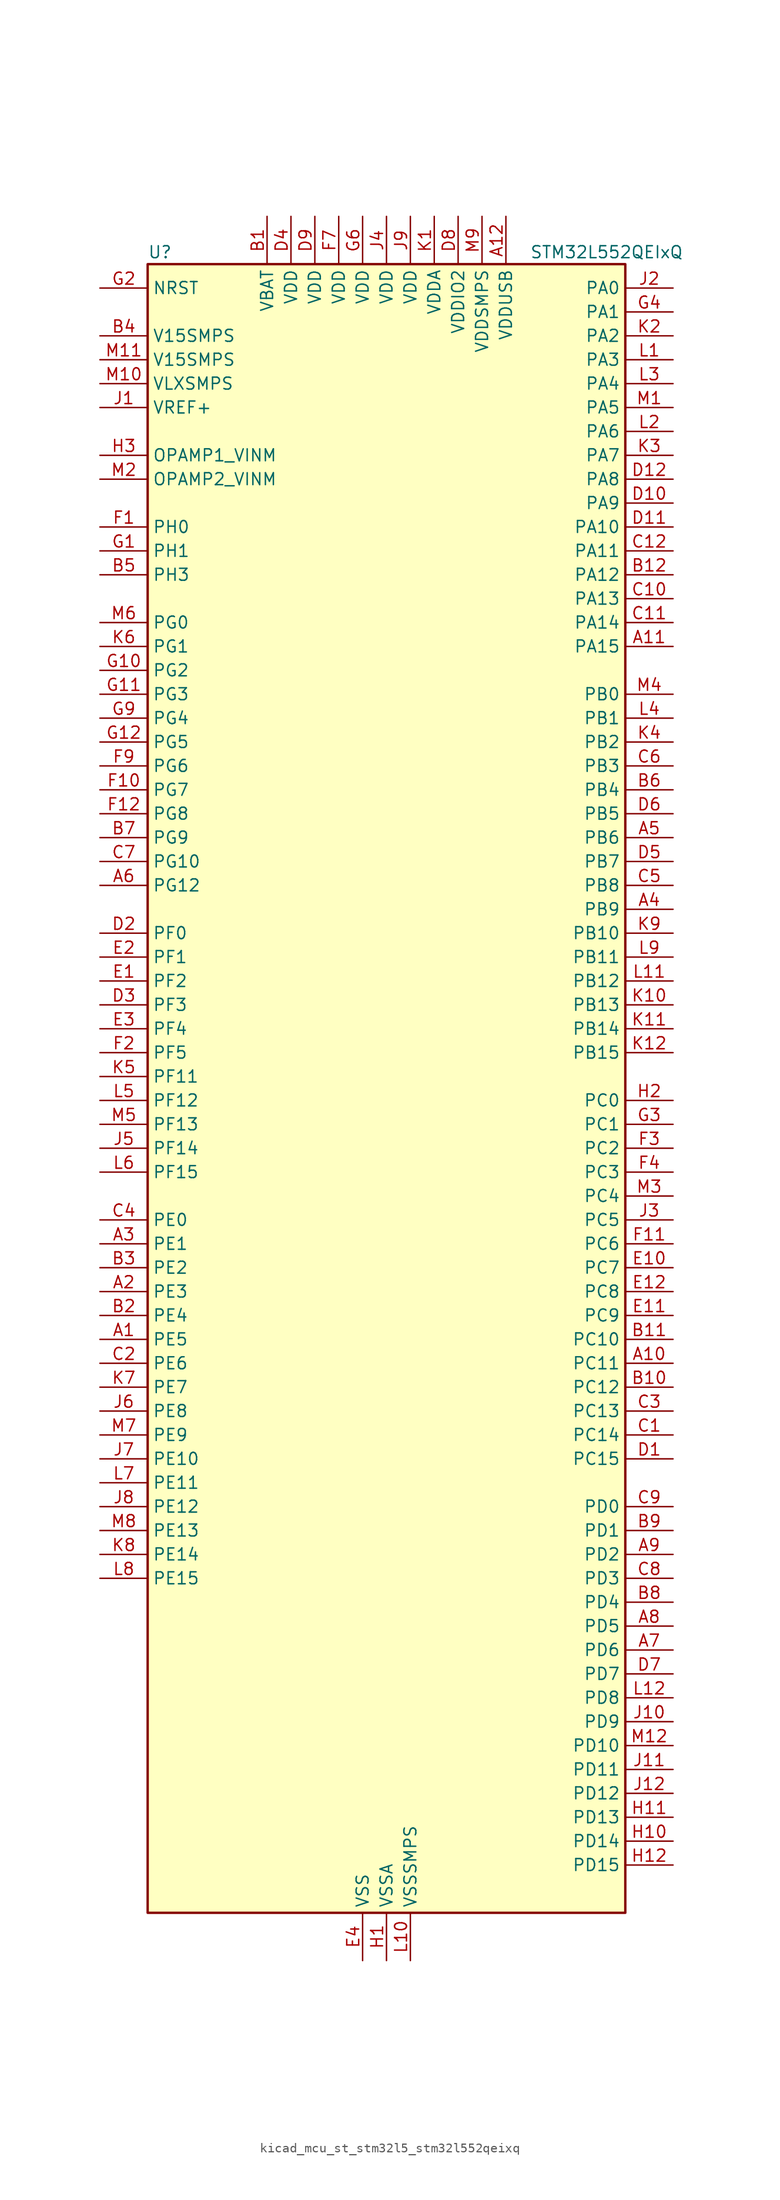
<source format=kicad_sym>
(kicad_symbol_lib
  (version 20220914)
  (generator kicad_symbol_editor)
  (symbol "kicad_mcu_st_stm32l5_stm32l552qeixq"
    (property "Reference" "U"
      (at -25.4 90.17 0)
      (effects (font (size 1.27 1.27)) (justify left)))
    (property "Value" "STM32L552QEIxQ"
      (at 15.24 90.17 0)
      (effects (font (size 1.27 1.27)) (justify left)))
    (property "ki_locked" ""
      (at 0 0 0)
      (effects (font (size 1.27 1.27))))
    (symbol "kicad_mcu_st_stm32l5_stm32l552qeixq_0_1"
      (rectangle (start -25.4 -86.36) (end 25.4 88.9) (stroke (width 0.254) (type default)) (fill (type background))))
    (symbol "kicad_mcu_st_stm32l5_stm32l552qeixq_1_1"
      (pin bidirectional line (at -30.48 -25.4 0) (length 5.08) (name "PE5" (effects (font (size 1.27 1.27)))) (number "A1" (effects (font (size 1.27 1.27)))) (alternate "DEBUG_TRACED2" bidirectional line) (alternate "DFSDM1_CKIN3" bidirectional line) (alternate "FMC_A21" bidirectional line) (alternate "SAI1_CK2" bidirectional line) (alternate "SAI1_SCK_A" bidirectional line) (alternate "TIM3_CH3" bidirectional line) (alternate "TSC_G7_IO4" bidirectional line))
      (pin bidirectional line (at 30.48 -27.94 180) (length 5.08) (name "PC11" (effects (font (size 1.27 1.27)))) (number "A10" (effects (font (size 1.27 1.27)))) (alternate "ADC1_EXTI11" bidirectional line) (alternate "ADC2_EXTI11" bidirectional line) (alternate "LPTIM3_IN1" bidirectional line) (alternate "OCTOSPI1_NCS" bidirectional line) (alternate "SAI2_MCLK_B" bidirectional line) (alternate "SDMMC1_D3" bidirectional line) (alternate "SPI3_MISO" bidirectional line) (alternate "TSC_G3_IO3" bidirectional line) (alternate "UART4_RX" bidirectional line) (alternate "UCPD1_FRSTX2" bidirectional line) (alternate "USART3_RX" bidirectional line))
      (pin bidirectional line (at 30.48 48.26 180) (length 5.08) (name "PA15" (effects (font (size 1.27 1.27)))) (number "A11" (effects (font (size 1.27 1.27)))) (alternate "ADC1_EXTI15" bidirectional line) (alternate "ADC2_EXTI15" bidirectional line) (alternate "DEBUG_JTDI" bidirectional line) (alternate "SAI2_FS_B" bidirectional line) (alternate "SPI1_NSS" bidirectional line) (alternate "SPI3_NSS" bidirectional line) (alternate "TIM2_CH1" bidirectional line) (alternate "TIM2_ETR" bidirectional line) (alternate "UART4_DE" bidirectional line) (alternate "UART4_RTS" bidirectional line) (alternate "UCPD1_CC1" bidirectional line) (alternate "USART2_RX" bidirectional line) (alternate "USART3_DE" bidirectional line) (alternate "USART3_RTS" bidirectional line))
      (pin power_in line (at 12.7 93.98 270) (length 5.08) (name "VDDUSB" (effects (font (size 1.27 1.27)))) (number "A12" (effects (font (size 1.27 1.27)))))
      (pin bidirectional line (at -30.48 -20.32 0) (length 5.08) (name "PE3" (effects (font (size 1.27 1.27)))) (number "A2" (effects (font (size 1.27 1.27)))) (alternate "DEBUG_TRACED0" bidirectional line) (alternate "FMC_A19" bidirectional line) (alternate "OCTOSPI1_DQS" bidirectional line) (alternate "SAI1_SD_B" bidirectional line) (alternate "TIM3_CH1" bidirectional line) (alternate "TSC_G7_IO2" bidirectional line))
      (pin bidirectional line (at -30.48 -15.24 0) (length 5.08) (name "PE1" (effects (font (size 1.27 1.27)))) (number "A3" (effects (font (size 1.27 1.27)))) (alternate "FMC_NBL1" bidirectional line) (alternate "TIM17_CH1" bidirectional line))
      (pin bidirectional line (at 30.48 20.32 180) (length 5.08) (name "PB9" (effects (font (size 1.27 1.27)))) (number "A4" (effects (font (size 1.27 1.27)))) (alternate "DAC1_EXTI9" bidirectional line) (alternate "FDCAN1_TX" bidirectional line) (alternate "I2C1_SDA" bidirectional line) (alternate "IR_OUT" bidirectional line) (alternate "SAI1_D2" bidirectional line) (alternate "SAI1_FS_A" bidirectional line) (alternate "SDMMC1_CDIR" bidirectional line) (alternate "SDMMC1_D5" bidirectional line) (alternate "SPI2_NSS" bidirectional line) (alternate "TIM17_CH1" bidirectional line) (alternate "TIM4_CH4" bidirectional line))
      (pin bidirectional line (at 30.48 27.94 180) (length 5.08) (name "PB6" (effects (font (size 1.27 1.27)))) (number "A5" (effects (font (size 1.27 1.27)))) (alternate "COMP2_INP" bidirectional line) (alternate "I2C1_SCL" bidirectional line) (alternate "I2C4_SCL" bidirectional line) (alternate "LPTIM1_ETR" bidirectional line) (alternate "SAI1_FS_B" bidirectional line) (alternate "TIM16_CH1N" bidirectional line) (alternate "TIM4_CH1" bidirectional line) (alternate "TIM8_BKIN2" bidirectional line) (alternate "TSC_G2_IO3" bidirectional line) (alternate "USART1_TX" bidirectional line))
      (pin bidirectional line (at -30.48 22.86 0) (length 5.08) (name "PG12" (effects (font (size 1.27 1.27)))) (number "A6" (effects (font (size 1.27 1.27)))) (alternate "FMC_NE4" bidirectional line) (alternate "LPTIM1_ETR" bidirectional line) (alternate "SAI2_SD_A" bidirectional line) (alternate "SPI3_NSS" bidirectional line) (alternate "USART1_DE" bidirectional line) (alternate "USART1_RTS" bidirectional line))
      (pin bidirectional line (at 30.48 -58.42 180) (length 5.08) (name "PD6" (effects (font (size 1.27 1.27)))) (number "A7" (effects (font (size 1.27 1.27)))) (alternate "DFSDM1_DATIN1" bidirectional line) (alternate "FMC_NWAIT" bidirectional line) (alternate "OCTOSPI1_IO6" bidirectional line) (alternate "SAI1_D1" bidirectional line) (alternate "SAI1_SD_A" bidirectional line) (alternate "SPI3_MOSI" bidirectional line) (alternate "USART2_RX" bidirectional line))
      (pin bidirectional line (at 30.48 -55.88 180) (length 5.08) (name "PD5" (effects (font (size 1.27 1.27)))) (number "A8" (effects (font (size 1.27 1.27)))) (alternate "FMC_NWE" bidirectional line) (alternate "OCTOSPI1_IO5" bidirectional line) (alternate "USART2_TX" bidirectional line))
      (pin bidirectional line (at 30.48 -48.26 180) (length 5.08) (name "PD2" (effects (font (size 1.27 1.27)))) (number "A9" (effects (font (size 1.27 1.27)))) (alternate "DEBUG_TRACED2" bidirectional line) (alternate "SDMMC1_CMD" bidirectional line) (alternate "TIM3_ETR" bidirectional line) (alternate "TSC_SYNC" bidirectional line) (alternate "UART5_RX" bidirectional line) (alternate "USART3_DE" bidirectional line) (alternate "USART3_RTS" bidirectional line))
      (pin power_in line (at -12.7 93.98 270) (length 5.08) (name "VBAT" (effects (font (size 1.27 1.27)))) (number "B1" (effects (font (size 1.27 1.27)))))
      (pin bidirectional line (at 30.48 -30.48 180) (length 5.08) (name "PC12" (effects (font (size 1.27 1.27)))) (number "B10" (effects (font (size 1.27 1.27)))) (alternate "DEBUG_TRACED3" bidirectional line) (alternate "SAI2_SD_B" bidirectional line) (alternate "SDMMC1_CK" bidirectional line) (alternate "SPI3_MOSI" bidirectional line) (alternate "TSC_G3_IO4" bidirectional line) (alternate "UART5_TX" bidirectional line) (alternate "USART3_CK" bidirectional line))
      (pin bidirectional line (at 30.48 -25.4 180) (length 5.08) (name "PC10" (effects (font (size 1.27 1.27)))) (number "B11" (effects (font (size 1.27 1.27)))) (alternate "DEBUG_TRACED1" bidirectional line) (alternate "LPTIM3_ETR" bidirectional line) (alternate "SAI2_SCK_B" bidirectional line) (alternate "SDMMC1_D2" bidirectional line) (alternate "SPI3_SCK" bidirectional line) (alternate "TSC_G3_IO2" bidirectional line) (alternate "UART4_TX" bidirectional line) (alternate "USART3_TX" bidirectional line))
      (pin bidirectional line (at 30.48 55.88 180) (length 5.08) (name "PA12" (effects (font (size 1.27 1.27)))) (number "B12" (effects (font (size 1.27 1.27)))) (alternate "FDCAN1_TX" bidirectional line) (alternate "SPI1_MOSI" bidirectional line) (alternate "TIM1_ETR" bidirectional line) (alternate "USART1_DE" bidirectional line) (alternate "USART1_RTS" bidirectional line) (alternate "USB_DP" bidirectional line))
      (pin bidirectional line (at -30.48 -22.86 0) (length 5.08) (name "PE4" (effects (font (size 1.27 1.27)))) (number "B2" (effects (font (size 1.27 1.27)))) (alternate "DEBUG_TRACED1" bidirectional line) (alternate "DFSDM1_DATIN3" bidirectional line) (alternate "FMC_A20" bidirectional line) (alternate "SAI1_D2" bidirectional line) (alternate "SAI1_FS_A" bidirectional line) (alternate "TIM3_CH2" bidirectional line) (alternate "TSC_G7_IO3" bidirectional line))
      (pin bidirectional line (at -30.48 -17.78 0) (length 5.08) (name "PE2" (effects (font (size 1.27 1.27)))) (number "B3" (effects (font (size 1.27 1.27)))) (alternate "DEBUG_TRACECLK" bidirectional line) (alternate "FMC_A23" bidirectional line) (alternate "SAI1_CK1" bidirectional line) (alternate "SAI1_MCLK_A" bidirectional line) (alternate "TIM3_ETR" bidirectional line) (alternate "TSC_G7_IO1" bidirectional line))
      (pin power_in line (at -30.48 81.28 0) (length 5.08) (name "V15SMPS" (effects (font (size 1.27 1.27)))) (number "B4" (effects (font (size 1.27 1.27)))))
      (pin bidirectional line (at -30.48 55.88 0) (length 5.08) (name "PH3" (effects (font (size 1.27 1.27)))) (number "B5" (effects (font (size 1.27 1.27)))))
      (pin bidirectional line (at 30.48 33.02 180) (length 5.08) (name "PB4" (effects (font (size 1.27 1.27)))) (number "B6" (effects (font (size 1.27 1.27)))) (alternate "COMP2_INP" bidirectional line) (alternate "DEBUG_JTRST" bidirectional line) (alternate "I2C3_SDA" bidirectional line) (alternate "SAI1_MCLK_B" bidirectional line) (alternate "SPI1_MISO" bidirectional line) (alternate "SPI3_MISO" bidirectional line) (alternate "TIM17_BKIN" bidirectional line) (alternate "TIM3_CH1" bidirectional line) (alternate "TSC_G2_IO1" bidirectional line) (alternate "UART5_DE" bidirectional line) (alternate "UART5_RTS" bidirectional line) (alternate "USART1_CTS" bidirectional line) (alternate "USART1_NSS" bidirectional line))
      (pin bidirectional line (at -30.48 27.94 0) (length 5.08) (name "PG9" (effects (font (size 1.27 1.27)))) (number "B7" (effects (font (size 1.27 1.27)))) (alternate "DAC1_EXTI9" bidirectional line) (alternate "FMC_NCE" bidirectional line) (alternate "FMC_NE2" bidirectional line) (alternate "SAI2_SCK_A" bidirectional line) (alternate "SPI3_SCK" bidirectional line) (alternate "TIM15_CH1N" bidirectional line) (alternate "USART1_TX" bidirectional line))
      (pin bidirectional line (at 30.48 -53.34 180) (length 5.08) (name "PD4" (effects (font (size 1.27 1.27)))) (number "B8" (effects (font (size 1.27 1.27)))) (alternate "DFSDM1_CKIN0" bidirectional line) (alternate "FMC_NOE" bidirectional line) (alternate "OCTOSPI1_IO4" bidirectional line) (alternate "SPI2_MOSI" bidirectional line) (alternate "USART2_DE" bidirectional line) (alternate "USART2_RTS" bidirectional line))
      (pin bidirectional line (at 30.48 -45.72 180) (length 5.08) (name "PD1" (effects (font (size 1.27 1.27)))) (number "B9" (effects (font (size 1.27 1.27)))) (alternate "FDCAN1_TX" bidirectional line) (alternate "FMC_D3" bidirectional line) (alternate "FMC_DA3" bidirectional line) (alternate "SPI2_SCK" bidirectional line))
      (pin bidirectional line (at 30.48 -35.56 180) (length 5.08) (name "PC14" (effects (font (size 1.27 1.27)))) (number "C1" (effects (font (size 1.27 1.27)))) (alternate "RCC_OSC32_IN" bidirectional line))
      (pin bidirectional line (at 30.48 53.34 180) (length 5.08) (name "PA13" (effects (font (size 1.27 1.27)))) (number "C10" (effects (font (size 1.27 1.27)))) (alternate "DEBUG_JTMS-SWDIO" bidirectional line) (alternate "IR_OUT" bidirectional line) (alternate "SAI1_SD_B" bidirectional line) (alternate "USB_NOE" bidirectional line))
      (pin bidirectional line (at 30.48 50.8 180) (length 5.08) (name "PA14" (effects (font (size 1.27 1.27)))) (number "C11" (effects (font (size 1.27 1.27)))) (alternate "DEBUG_JTCK-SWCLK" bidirectional line) (alternate "I2C1_SMBA" bidirectional line) (alternate "I2C4_SMBA" bidirectional line) (alternate "LPTIM1_OUT" bidirectional line) (alternate "SAI1_FS_B" bidirectional line))
      (pin bidirectional line (at 30.48 58.42 180) (length 5.08) (name "PA11" (effects (font (size 1.27 1.27)))) (number "C12" (effects (font (size 1.27 1.27)))) (alternate "ADC1_EXTI11" bidirectional line) (alternate "ADC2_EXTI11" bidirectional line) (alternate "FDCAN1_RX" bidirectional line) (alternate "SPI1_MISO" bidirectional line) (alternate "TIM1_BKIN2" bidirectional line) (alternate "TIM1_CH4" bidirectional line) (alternate "USART1_CTS" bidirectional line) (alternate "USART1_NSS" bidirectional line) (alternate "USB_DM" bidirectional line))
      (pin bidirectional line (at -30.48 -27.94 0) (length 5.08) (name "PE6" (effects (font (size 1.27 1.27)))) (number "C2" (effects (font (size 1.27 1.27)))) (alternate "DEBUG_TRACED3" bidirectional line) (alternate "FMC_A22" bidirectional line) (alternate "PWR_WKUP3" bidirectional line) (alternate "SAI1_D1" bidirectional line) (alternate "SAI1_SD_A" bidirectional line) (alternate "TAMP_IN3" bidirectional line) (alternate "TAMP_OUT6" bidirectional line) (alternate "TIM3_CH4" bidirectional line))
      (pin bidirectional line (at 30.48 -33.02 180) (length 5.08) (name "PC13" (effects (font (size 1.27 1.27)))) (number "C3" (effects (font (size 1.27 1.27)))) (alternate "PWR_WKUP2" bidirectional line) (alternate "RTC_OUT1" bidirectional line) (alternate "RTC_TS" bidirectional line) (alternate "TAMP_IN1" bidirectional line) (alternate "TAMP_OUT2" bidirectional line))
      (pin bidirectional line (at -30.48 -12.7 0) (length 5.08) (name "PE0" (effects (font (size 1.27 1.27)))) (number "C4" (effects (font (size 1.27 1.27)))) (alternate "FMC_NBL0" bidirectional line) (alternate "TIM16_CH1" bidirectional line) (alternate "TIM4_ETR" bidirectional line))
      (pin bidirectional line (at 30.48 22.86 180) (length 5.08) (name "PB8" (effects (font (size 1.27 1.27)))) (number "C5" (effects (font (size 1.27 1.27)))) (alternate "DFSDM1_CKOUT" bidirectional line) (alternate "FDCAN1_RX" bidirectional line) (alternate "I2C1_SCL" bidirectional line) (alternate "SAI1_CK1" bidirectional line) (alternate "SAI1_MCLK_A" bidirectional line) (alternate "SDMMC1_CKIN" bidirectional line) (alternate "SDMMC1_D4" bidirectional line) (alternate "TIM16_CH1" bidirectional line) (alternate "TIM4_CH3" bidirectional line))
      (pin bidirectional line (at 30.48 35.56 180) (length 5.08) (name "PB3" (effects (font (size 1.27 1.27)))) (number "C6" (effects (font (size 1.27 1.27)))) (alternate "COMP2_INM" bidirectional line) (alternate "CRS_SYNC" bidirectional line) (alternate "DEBUG_JTDO-SWO" bidirectional line) (alternate "SAI1_SCK_B" bidirectional line) (alternate "SPI1_SCK" bidirectional line) (alternate "SPI3_SCK" bidirectional line) (alternate "TIM2_CH2" bidirectional line) (alternate "USART1_DE" bidirectional line) (alternate "USART1_RTS" bidirectional line))
      (pin bidirectional line (at -30.48 25.4 0) (length 5.08) (name "PG10" (effects (font (size 1.27 1.27)))) (number "C7" (effects (font (size 1.27 1.27)))) (alternate "FMC_NE3" bidirectional line) (alternate "LPTIM1_IN1" bidirectional line) (alternate "SAI2_FS_A" bidirectional line) (alternate "SPI3_MISO" bidirectional line) (alternate "TIM15_CH1" bidirectional line) (alternate "USART1_RX" bidirectional line))
      (pin bidirectional line (at 30.48 -50.8 180) (length 5.08) (name "PD3" (effects (font (size 1.27 1.27)))) (number "C8" (effects (font (size 1.27 1.27)))) (alternate "DFSDM1_DATIN0" bidirectional line) (alternate "FMC_CLK" bidirectional line) (alternate "SPI2_MISO" bidirectional line) (alternate "SPI2_SCK" bidirectional line) (alternate "USART2_CTS" bidirectional line) (alternate "USART2_NSS" bidirectional line))
      (pin bidirectional line (at 30.48 -43.18 180) (length 5.08) (name "PD0" (effects (font (size 1.27 1.27)))) (number "C9" (effects (font (size 1.27 1.27)))) (alternate "FDCAN1_RX" bidirectional line) (alternate "FMC_D2" bidirectional line) (alternate "FMC_DA2" bidirectional line) (alternate "SPI2_NSS" bidirectional line))
      (pin bidirectional line (at 30.48 -38.1 180) (length 5.08) (name "PC15" (effects (font (size 1.27 1.27)))) (number "D1" (effects (font (size 1.27 1.27)))) (alternate "ADC1_EXTI15" bidirectional line) (alternate "ADC2_EXTI15" bidirectional line) (alternate "RCC_OSC32_OUT" bidirectional line))
      (pin bidirectional line (at 30.48 63.5 180) (length 5.08) (name "PA9" (effects (font (size 1.27 1.27)))) (number "D10" (effects (font (size 1.27 1.27)))) (alternate "DAC1_EXTI9" bidirectional line) (alternate "SAI1_FS_A" bidirectional line) (alternate "SPI2_SCK" bidirectional line) (alternate "TIM15_BKIN" bidirectional line) (alternate "TIM1_CH2" bidirectional line) (alternate "USART1_TX" bidirectional line))
      (pin bidirectional line (at 30.48 60.96 180) (length 5.08) (name "PA10" (effects (font (size 1.27 1.27)))) (number "D11" (effects (font (size 1.27 1.27)))) (alternate "CRS_SYNC" bidirectional line) (alternate "SAI1_D1" bidirectional line) (alternate "SAI1_SD_A" bidirectional line) (alternate "TIM17_BKIN" bidirectional line) (alternate "TIM1_CH3" bidirectional line) (alternate "USART1_RX" bidirectional line))
      (pin bidirectional line (at 30.48 66.04 180) (length 5.08) (name "PA8" (effects (font (size 1.27 1.27)))) (number "D12" (effects (font (size 1.27 1.27)))) (alternate "LPTIM2_OUT" bidirectional line) (alternate "RCC_MCO" bidirectional line) (alternate "SAI1_CK2" bidirectional line) (alternate "SAI1_SCK_A" bidirectional line) (alternate "TIM1_CH1" bidirectional line) (alternate "USART1_CK" bidirectional line))
      (pin bidirectional line (at -30.48 17.78 0) (length 5.08) (name "PF0" (effects (font (size 1.27 1.27)))) (number "D2" (effects (font (size 1.27 1.27)))) (alternate "FMC_A0" bidirectional line) (alternate "I2C2_SDA" bidirectional line))
      (pin bidirectional line (at -30.48 10.16 0) (length 5.08) (name "PF3" (effects (font (size 1.27 1.27)))) (number "D3" (effects (font (size 1.27 1.27)))) (alternate "FMC_A3" bidirectional line) (alternate "LPTIM3_IN1" bidirectional line))
      (pin power_in line (at -10.16 93.98 270) (length 5.08) (name "VDD" (effects (font (size 1.27 1.27)))) (number "D4" (effects (font (size 1.27 1.27)))))
      (pin bidirectional line (at 30.48 25.4 180) (length 5.08) (name "PB7" (effects (font (size 1.27 1.27)))) (number "D5" (effects (font (size 1.27 1.27)))) (alternate "COMP2_INM" bidirectional line) (alternate "FMC_NL" bidirectional line) (alternate "I2C1_SDA" bidirectional line) (alternate "I2C4_SDA" bidirectional line) (alternate "LPTIM1_IN2" bidirectional line) (alternate "PWR_PVD_IN" bidirectional line) (alternate "TIM17_CH1N" bidirectional line) (alternate "TIM4_CH2" bidirectional line) (alternate "TIM8_BKIN" bidirectional line) (alternate "TSC_G2_IO4" bidirectional line) (alternate "UART4_CTS" bidirectional line) (alternate "USART1_RX" bidirectional line))
      (pin bidirectional line (at 30.48 30.48 180) (length 5.08) (name "PB5" (effects (font (size 1.27 1.27)))) (number "D6" (effects (font (size 1.27 1.27)))) (alternate "COMP2_OUT" bidirectional line) (alternate "I2C1_SMBA" bidirectional line) (alternate "LPTIM1_IN1" bidirectional line) (alternate "OCTOSPI1_NCLK" bidirectional line) (alternate "SAI1_SD_B" bidirectional line) (alternate "SPI1_MOSI" bidirectional line) (alternate "SPI3_MOSI" bidirectional line) (alternate "TIM16_BKIN" bidirectional line) (alternate "TIM3_CH2" bidirectional line) (alternate "TSC_G2_IO2" bidirectional line) (alternate "UART5_CTS" bidirectional line) (alternate "UCPD1_DBCC1" bidirectional line) (alternate "USART1_CK" bidirectional line))
      (pin bidirectional line (at 30.48 -60.96 180) (length 5.08) (name "PD7" (effects (font (size 1.27 1.27)))) (number "D7" (effects (font (size 1.27 1.27)))) (alternate "DFSDM1_CKIN1" bidirectional line) (alternate "FMC_NCE" bidirectional line) (alternate "FMC_NE1" bidirectional line) (alternate "OCTOSPI1_IO7" bidirectional line) (alternate "USART2_CK" bidirectional line))
      (pin power_in line (at 7.62 93.98 270) (length 5.08) (name "VDDIO2" (effects (font (size 1.27 1.27)))) (number "D8" (effects (font (size 1.27 1.27)))))
      (pin power_in line (at -7.62 93.98 270) (length 5.08) (name "VDD" (effects (font (size 1.27 1.27)))) (number "D9" (effects (font (size 1.27 1.27)))))
      (pin bidirectional line (at -30.48 12.7 0) (length 5.08) (name "PF2" (effects (font (size 1.27 1.27)))) (number "E1" (effects (font (size 1.27 1.27)))) (alternate "FMC_A2" bidirectional line) (alternate "I2C2_SMBA" bidirectional line))
      (pin bidirectional line (at 30.48 -17.78 180) (length 5.08) (name "PC7" (effects (font (size 1.27 1.27)))) (number "E10" (effects (font (size 1.27 1.27)))) (alternate "DFSDM1_DATIN3" bidirectional line) (alternate "SAI2_MCLK_B" bidirectional line) (alternate "SDMMC1_D123DIR" bidirectional line) (alternate "SDMMC1_D7" bidirectional line) (alternate "TIM3_CH2" bidirectional line) (alternate "TIM8_CH2" bidirectional line) (alternate "TSC_G4_IO2" bidirectional line))
      (pin bidirectional line (at 30.48 -22.86 180) (length 5.08) (name "PC9" (effects (font (size 1.27 1.27)))) (number "E11" (effects (font (size 1.27 1.27)))) (alternate "DAC1_EXTI9" bidirectional line) (alternate "DEBUG_TRACED0" bidirectional line) (alternate "SAI2_EXTCLK" bidirectional line) (alternate "SDMMC1_D1" bidirectional line) (alternate "TIM3_CH4" bidirectional line) (alternate "TIM8_BKIN2" bidirectional line) (alternate "TIM8_CH4" bidirectional line) (alternate "TSC_G4_IO4" bidirectional line) (alternate "USB_NOE" bidirectional line))
      (pin bidirectional line (at 30.48 -20.32 180) (length 5.08) (name "PC8" (effects (font (size 1.27 1.27)))) (number "E12" (effects (font (size 1.27 1.27)))) (alternate "SDMMC1_D0" bidirectional line) (alternate "TIM3_CH3" bidirectional line) (alternate "TIM8_CH3" bidirectional line) (alternate "TSC_G4_IO3" bidirectional line))
      (pin bidirectional line (at -30.48 15.24 0) (length 5.08) (name "PF1" (effects (font (size 1.27 1.27)))) (number "E2" (effects (font (size 1.27 1.27)))) (alternate "FMC_A1" bidirectional line) (alternate "I2C2_SCL" bidirectional line))
      (pin bidirectional line (at -30.48 7.62 0) (length 5.08) (name "PF4" (effects (font (size 1.27 1.27)))) (number "E3" (effects (font (size 1.27 1.27)))) (alternate "FMC_A4" bidirectional line) (alternate "LPTIM3_ETR" bidirectional line))
      (pin power_in line (at -2.54 -91.44 90) (length 5.08) (name "VSS" (effects (font (size 1.27 1.27)))) (number "E4" (effects (font (size 1.27 1.27)))))
      (pin passive line (at -2.54 -91.44 90) (length 5.08) hide (name "VSS" (effects (font (size 1.27 1.27)))) (number "E9" (effects (font (size 1.27 1.27)))))
      (pin bidirectional line (at -30.48 60.96 0) (length 5.08) (name "PH0" (effects (font (size 1.27 1.27)))) (number "F1" (effects (font (size 1.27 1.27)))) (alternate "RCC_OSC_IN" bidirectional line))
      (pin bidirectional line (at -30.48 33.02 0) (length 5.08) (name "PG7" (effects (font (size 1.27 1.27)))) (number "F10" (effects (font (size 1.27 1.27)))) (alternate "DFSDM1_CKOUT" bidirectional line) (alternate "FMC_INT" bidirectional line) (alternate "I2C3_SCL" bidirectional line) (alternate "LPUART1_TX" bidirectional line) (alternate "SAI1_CK1" bidirectional line) (alternate "SAI1_MCLK_A" bidirectional line) (alternate "UCPD1_FRSTX2" bidirectional line))
      (pin bidirectional line (at 30.48 -15.24 180) (length 5.08) (name "PC6" (effects (font (size 1.27 1.27)))) (number "F11" (effects (font (size 1.27 1.27)))) (alternate "DFSDM1_CKIN3" bidirectional line) (alternate "SAI2_MCLK_A" bidirectional line) (alternate "SDMMC1_D0DIR" bidirectional line) (alternate "SDMMC1_D6" bidirectional line) (alternate "TIM3_CH1" bidirectional line) (alternate "TIM8_CH1" bidirectional line) (alternate "TSC_G4_IO1" bidirectional line))
      (pin bidirectional line (at -30.48 30.48 0) (length 5.08) (name "PG8" (effects (font (size 1.27 1.27)))) (number "F12" (effects (font (size 1.27 1.27)))) (alternate "I2C3_SDA" bidirectional line) (alternate "LPUART1_RX" bidirectional line))
      (pin bidirectional line (at -30.48 5.08 0) (length 5.08) (name "PF5" (effects (font (size 1.27 1.27)))) (number "F2" (effects (font (size 1.27 1.27)))) (alternate "FMC_A5" bidirectional line) (alternate "LPTIM3_OUT" bidirectional line))
      (pin bidirectional line (at 30.48 -5.08 180) (length 5.08) (name "PC2" (effects (font (size 1.27 1.27)))) (number "F3" (effects (font (size 1.27 1.27)))) (alternate "ADC1_IN3" bidirectional line) (alternate "ADC2_IN3" bidirectional line) (alternate "DFSDM1_CKOUT" bidirectional line) (alternate "LPTIM1_IN2" bidirectional line) (alternate "OCTOSPI1_IO5" bidirectional line) (alternate "SPI2_MISO" bidirectional line))
      (pin bidirectional line (at 30.48 -7.62 180) (length 5.08) (name "PC3" (effects (font (size 1.27 1.27)))) (number "F4" (effects (font (size 1.27 1.27)))) (alternate "ADC1_IN4" bidirectional line) (alternate "ADC2_IN4" bidirectional line) (alternate "LPTIM1_ETR" bidirectional line) (alternate "LPTIM2_ETR" bidirectional line) (alternate "LPTIM3_OUT" bidirectional line) (alternate "OCTOSPI1_IO6" bidirectional line) (alternate "SAI1_D1" bidirectional line) (alternate "SAI1_SD_A" bidirectional line) (alternate "SPI2_MOSI" bidirectional line))
      (pin passive line (at -2.54 -91.44 90) (length 5.08) hide (name "VSS" (effects (font (size 1.27 1.27)))) (number "F6" (effects (font (size 1.27 1.27)))))
      (pin power_in line (at -5.08 93.98 270) (length 5.08) (name "VDD" (effects (font (size 1.27 1.27)))) (number "F7" (effects (font (size 1.27 1.27)))))
      (pin bidirectional line (at -30.48 35.56 0) (length 5.08) (name "PG6" (effects (font (size 1.27 1.27)))) (number "F9" (effects (font (size 1.27 1.27)))) (alternate "I2C3_SMBA" bidirectional line) (alternate "LPUART1_DE" bidirectional line) (alternate "LPUART1_RTS" bidirectional line) (alternate "OCTOSPI1_DQS" bidirectional line) (alternate "UCPD1_FRSTX1" bidirectional line))
      (pin bidirectional line (at -30.48 58.42 0) (length 5.08) (name "PH1" (effects (font (size 1.27 1.27)))) (number "G1" (effects (font (size 1.27 1.27)))) (alternate "RCC_OSC_OUT" bidirectional line))
      (pin bidirectional line (at -30.48 45.72 0) (length 5.08) (name "PG2" (effects (font (size 1.27 1.27)))) (number "G10" (effects (font (size 1.27 1.27)))) (alternate "FMC_A12" bidirectional line) (alternate "SAI2_SCK_B" bidirectional line) (alternate "SPI1_SCK" bidirectional line))
      (pin bidirectional line (at -30.48 43.18 0) (length 5.08) (name "PG3" (effects (font (size 1.27 1.27)))) (number "G11" (effects (font (size 1.27 1.27)))) (alternate "FMC_A13" bidirectional line) (alternate "SAI2_FS_B" bidirectional line) (alternate "SPI1_MISO" bidirectional line))
      (pin bidirectional line (at -30.48 38.1 0) (length 5.08) (name "PG5" (effects (font (size 1.27 1.27)))) (number "G12" (effects (font (size 1.27 1.27)))) (alternate "FMC_A15" bidirectional line) (alternate "LPUART1_CTS" bidirectional line) (alternate "SAI2_SD_B" bidirectional line) (alternate "SPI1_NSS" bidirectional line))
      (pin input line (at -30.48 86.36 0) (length 5.08) (name "NRST" (effects (font (size 1.27 1.27)))) (number "G2" (effects (font (size 1.27 1.27)))))
      (pin bidirectional line (at 30.48 -2.54 180) (length 5.08) (name "PC1" (effects (font (size 1.27 1.27)))) (number "G3" (effects (font (size 1.27 1.27)))) (alternate "ADC1_IN2" bidirectional line) (alternate "ADC2_IN2" bidirectional line) (alternate "DEBUG_TRACED0" bidirectional line) (alternate "I2C3_SDA" bidirectional line) (alternate "LPTIM1_OUT" bidirectional line) (alternate "LPUART1_TX" bidirectional line) (alternate "OCTOSPI1_IO4" bidirectional line) (alternate "SAI1_SD_A" bidirectional line) (alternate "SPI2_MOSI" bidirectional line))
      (pin bidirectional line (at 30.48 83.82 180) (length 5.08) (name "PA1" (effects (font (size 1.27 1.27)))) (number "G4" (effects (font (size 1.27 1.27)))) (alternate "ADC1_IN6" bidirectional line) (alternate "ADC2_IN6" bidirectional line) (alternate "I2C1_SMBA" bidirectional line) (alternate "OCTOSPI1_DQS" bidirectional line) (alternate "OPAMP1_VINM" bidirectional line) (alternate "SPI1_SCK" bidirectional line) (alternate "TAMP_IN5" bidirectional line) (alternate "TAMP_OUT4" bidirectional line) (alternate "TIM15_CH1N" bidirectional line) (alternate "TIM2_CH2" bidirectional line) (alternate "TIM5_CH2" bidirectional line) (alternate "UART4_RX" bidirectional line) (alternate "USART2_DE" bidirectional line) (alternate "USART2_RTS" bidirectional line))
      (pin power_in line (at -2.54 93.98 270) (length 5.08) (name "VDD" (effects (font (size 1.27 1.27)))) (number "G6" (effects (font (size 1.27 1.27)))))
      (pin passive line (at -2.54 -91.44 90) (length 5.08) hide (name "VSS" (effects (font (size 1.27 1.27)))) (number "G7" (effects (font (size 1.27 1.27)))))
      (pin bidirectional line (at -30.48 40.64 0) (length 5.08) (name "PG4" (effects (font (size 1.27 1.27)))) (number "G9" (effects (font (size 1.27 1.27)))) (alternate "FMC_A14" bidirectional line) (alternate "SAI2_MCLK_B" bidirectional line) (alternate "SPI1_MOSI" bidirectional line))
      (pin power_in line (at 0 -91.44 90) (length 5.08) (name "VSSA" (effects (font (size 1.27 1.27)))) (number "H1" (effects (font (size 1.27 1.27)))))
      (pin bidirectional line (at 30.48 -78.74 180) (length 5.08) (name "PD14" (effects (font (size 1.27 1.27)))) (number "H10" (effects (font (size 1.27 1.27)))) (alternate "FMC_D0" bidirectional line) (alternate "FMC_DA0" bidirectional line) (alternate "TIM4_CH3" bidirectional line))
      (pin bidirectional line (at 30.48 -76.2 180) (length 5.08) (name "PD13" (effects (font (size 1.27 1.27)))) (number "H11" (effects (font (size 1.27 1.27)))) (alternate "FMC_A18" bidirectional line) (alternate "I2C4_SDA" bidirectional line) (alternate "LPTIM2_OUT" bidirectional line) (alternate "TIM4_CH2" bidirectional line) (alternate "TSC_G6_IO4" bidirectional line))
      (pin bidirectional line (at 30.48 -81.28 180) (length 5.08) (name "PD15" (effects (font (size 1.27 1.27)))) (number "H12" (effects (font (size 1.27 1.27)))) (alternate "ADC1_EXTI15" bidirectional line) (alternate "ADC2_EXTI15" bidirectional line) (alternate "FMC_D1" bidirectional line) (alternate "FMC_DA1" bidirectional line) (alternate "TIM4_CH4" bidirectional line))
      (pin bidirectional line (at 30.48 0 180) (length 5.08) (name "PC0" (effects (font (size 1.27 1.27)))) (number "H2" (effects (font (size 1.27 1.27)))) (alternate "ADC1_IN1" bidirectional line) (alternate "ADC2_IN1" bidirectional line) (alternate "I2C3_SCL" bidirectional line) (alternate "LPTIM1_IN1" bidirectional line) (alternate "LPTIM2_IN1" bidirectional line) (alternate "LPUART1_RX" bidirectional line) (alternate "OCTOSPI1_IO7" bidirectional line) (alternate "SAI2_FS_A" bidirectional line) (alternate "SDMMC1_D5" bidirectional line))
      (pin bidirectional line (at -30.48 68.58 0) (length 5.08) (name "OPAMP1_VINM" (effects (font (size 1.27 1.27)))) (number "H3" (effects (font (size 1.27 1.27)))) (alternate "OPAMP1_VINM" bidirectional line))
      (pin passive line (at -2.54 -91.44 90) (length 5.08) hide (name "VSS" (effects (font (size 1.27 1.27)))) (number "H4" (effects (font (size 1.27 1.27)))))
      (pin passive line (at -2.54 -91.44 90) (length 5.08) hide (name "VSS" (effects (font (size 1.27 1.27)))) (number "H9" (effects (font (size 1.27 1.27)))))
      (pin input line (at -30.48 73.66 0) (length 5.08) (name "VREF+" (effects (font (size 1.27 1.27)))) (number "J1" (effects (font (size 1.27 1.27)))))
      (pin bidirectional line (at 30.48 -66.04 180) (length 5.08) (name "PD9" (effects (font (size 1.27 1.27)))) (number "J10" (effects (font (size 1.27 1.27)))) (alternate "DAC1_EXTI9" bidirectional line) (alternate "FMC_D14" bidirectional line) (alternate "FMC_DA14" bidirectional line) (alternate "SAI2_MCLK_A" bidirectional line) (alternate "USART3_RX" bidirectional line))
      (pin bidirectional line (at 30.48 -71.12 180) (length 5.08) (name "PD11" (effects (font (size 1.27 1.27)))) (number "J11" (effects (font (size 1.27 1.27)))) (alternate "ADC1_EXTI11" bidirectional line) (alternate "ADC2_EXTI11" bidirectional line) (alternate "FMC_A16" bidirectional line) (alternate "FMC_CLE" bidirectional line) (alternate "I2C4_SMBA" bidirectional line) (alternate "LPTIM2_ETR" bidirectional line) (alternate "SAI2_SD_A" bidirectional line) (alternate "TSC_G6_IO2" bidirectional line) (alternate "USART3_CTS" bidirectional line) (alternate "USART3_NSS" bidirectional line))
      (pin bidirectional line (at 30.48 -73.66 180) (length 5.08) (name "PD12" (effects (font (size 1.27 1.27)))) (number "J12" (effects (font (size 1.27 1.27)))) (alternate "FMC_A17" bidirectional line) (alternate "FMC_ALE" bidirectional line) (alternate "I2C4_SCL" bidirectional line) (alternate "LPTIM2_IN1" bidirectional line) (alternate "SAI2_FS_A" bidirectional line) (alternate "TIM4_CH1" bidirectional line) (alternate "TSC_G6_IO3" bidirectional line) (alternate "USART3_DE" bidirectional line) (alternate "USART3_RTS" bidirectional line))
      (pin bidirectional line (at 30.48 86.36 180) (length 5.08) (name "PA0" (effects (font (size 1.27 1.27)))) (number "J2" (effects (font (size 1.27 1.27)))) (alternate "ADC1_IN5" bidirectional line) (alternate "ADC2_IN5" bidirectional line) (alternate "OPAMP1_VINP" bidirectional line) (alternate "PWR_WKUP1" bidirectional line) (alternate "SAI1_EXTCLK" bidirectional line) (alternate "TAMP_IN2" bidirectional line) (alternate "TAMP_OUT1" bidirectional line) (alternate "TIM2_CH1" bidirectional line) (alternate "TIM2_ETR" bidirectional line) (alternate "TIM5_CH1" bidirectional line) (alternate "TIM8_ETR" bidirectional line) (alternate "UART4_TX" bidirectional line) (alternate "USART2_CTS" bidirectional line) (alternate "USART2_NSS" bidirectional line))
      (pin bidirectional line (at 30.48 -12.7 180) (length 5.08) (name "PC5" (effects (font (size 1.27 1.27)))) (number "J3" (effects (font (size 1.27 1.27)))) (alternate "ADC1_IN14" bidirectional line) (alternate "ADC2_IN14" bidirectional line) (alternate "COMP1_INP" bidirectional line) (alternate "PWR_WKUP5" bidirectional line) (alternate "SAI1_D3" bidirectional line) (alternate "TAMP_IN4" bidirectional line) (alternate "TAMP_OUT5" bidirectional line) (alternate "USART3_RX" bidirectional line))
      (pin power_in line (at 0 93.98 270) (length 5.08) (name "VDD" (effects (font (size 1.27 1.27)))) (number "J4" (effects (font (size 1.27 1.27)))))
      (pin bidirectional line (at -30.48 -5.08 0) (length 5.08) (name "PF14" (effects (font (size 1.27 1.27)))) (number "J5" (effects (font (size 1.27 1.27)))) (alternate "FMC_A8" bidirectional line) (alternate "I2C4_SCL" bidirectional line) (alternate "TSC_G8_IO1" bidirectional line))
      (pin bidirectional line (at -30.48 -33.02 0) (length 5.08) (name "PE8" (effects (font (size 1.27 1.27)))) (number "J6" (effects (font (size 1.27 1.27)))) (alternate "DFSDM1_CKIN2" bidirectional line) (alternate "FMC_D5" bidirectional line) (alternate "FMC_DA5" bidirectional line) (alternate "SAI1_SCK_B" bidirectional line) (alternate "TIM1_CH1N" bidirectional line))
      (pin bidirectional line (at -30.48 -38.1 0) (length 5.08) (name "PE10" (effects (font (size 1.27 1.27)))) (number "J7" (effects (font (size 1.27 1.27)))) (alternate "FMC_D7" bidirectional line) (alternate "FMC_DA7" bidirectional line) (alternate "OCTOSPI1_CLK" bidirectional line) (alternate "SAI1_MCLK_B" bidirectional line) (alternate "TIM1_CH2N" bidirectional line) (alternate "TSC_G5_IO1" bidirectional line))
      (pin bidirectional line (at -30.48 -43.18 0) (length 5.08) (name "PE12" (effects (font (size 1.27 1.27)))) (number "J8" (effects (font (size 1.27 1.27)))) (alternate "FMC_D9" bidirectional line) (alternate "FMC_DA9" bidirectional line) (alternate "OCTOSPI1_IO0" bidirectional line) (alternate "SPI1_NSS" bidirectional line) (alternate "TIM1_CH3N" bidirectional line) (alternate "TSC_G5_IO3" bidirectional line))
      (pin power_in line (at 2.54 93.98 270) (length 5.08) (name "VDD" (effects (font (size 1.27 1.27)))) (number "J9" (effects (font (size 1.27 1.27)))))
      (pin power_in line (at 5.08 93.98 270) (length 5.08) (name "VDDA" (effects (font (size 1.27 1.27)))) (number "K1" (effects (font (size 1.27 1.27)))))
      (pin bidirectional line (at 30.48 10.16 180) (length 5.08) (name "PB13" (effects (font (size 1.27 1.27)))) (number "K10" (effects (font (size 1.27 1.27)))) (alternate "DFSDM1_CKIN1" bidirectional line) (alternate "I2C2_SCL" bidirectional line) (alternate "LPTIM3_IN1" bidirectional line) (alternate "LPUART1_CTS" bidirectional line) (alternate "SAI2_SCK_A" bidirectional line) (alternate "SPI2_SCK" bidirectional line) (alternate "TIM15_CH1N" bidirectional line) (alternate "TIM1_CH1N" bidirectional line) (alternate "TSC_G1_IO2" bidirectional line) (alternate "UCPD1_FRSTX2" bidirectional line) (alternate "USART3_CTS" bidirectional line) (alternate "USART3_NSS" bidirectional line))
      (pin bidirectional line (at 30.48 7.62 180) (length 5.08) (name "PB14" (effects (font (size 1.27 1.27)))) (number "K11" (effects (font (size 1.27 1.27)))) (alternate "DFSDM1_DATIN2" bidirectional line) (alternate "I2C2_SDA" bidirectional line) (alternate "LPTIM3_ETR" bidirectional line) (alternate "SAI2_MCLK_A" bidirectional line) (alternate "SPI2_MISO" bidirectional line) (alternate "TIM15_CH1" bidirectional line) (alternate "TIM1_CH2N" bidirectional line) (alternate "TIM8_CH2N" bidirectional line) (alternate "TSC_G1_IO3" bidirectional line) (alternate "UCPD1_DBCC2" bidirectional line) (alternate "USART3_DE" bidirectional line) (alternate "USART3_RTS" bidirectional line))
      (pin bidirectional line (at 30.48 5.08 180) (length 5.08) (name "PB15" (effects (font (size 1.27 1.27)))) (number "K12" (effects (font (size 1.27 1.27)))) (alternate "ADC1_EXTI15" bidirectional line) (alternate "ADC2_EXTI15" bidirectional line) (alternate "DFSDM1_CKIN2" bidirectional line) (alternate "RTC_REFIN" bidirectional line) (alternate "SAI2_SD_A" bidirectional line) (alternate "SPI2_MOSI" bidirectional line) (alternate "TIM15_CH2" bidirectional line) (alternate "TIM1_CH3N" bidirectional line) (alternate "TIM8_CH3N" bidirectional line) (alternate "UCPD1_CC2" bidirectional line))
      (pin bidirectional line (at 30.48 81.28 180) (length 5.08) (name "PA2" (effects (font (size 1.27 1.27)))) (number "K2" (effects (font (size 1.27 1.27)))) (alternate "ADC1_IN7" bidirectional line) (alternate "ADC2_IN7" bidirectional line) (alternate "COMP1_INP" bidirectional line) (alternate "LPUART1_TX" bidirectional line) (alternate "OCTOSPI1_NCS" bidirectional line) (alternate "PWR_WKUP4" bidirectional line) (alternate "RCC_LSCO" bidirectional line) (alternate "SAI2_EXTCLK" bidirectional line) (alternate "TIM15_CH1" bidirectional line) (alternate "TIM2_CH3" bidirectional line) (alternate "TIM5_CH3" bidirectional line) (alternate "UCPD1_FRSTX1" bidirectional line) (alternate "USART2_TX" bidirectional line))
      (pin bidirectional line (at 30.48 68.58 180) (length 5.08) (name "PA7" (effects (font (size 1.27 1.27)))) (number "K3" (effects (font (size 1.27 1.27)))) (alternate "ADC1_IN12" bidirectional line) (alternate "ADC2_IN12" bidirectional line) (alternate "I2C3_SCL" bidirectional line) (alternate "OCTOSPI1_IO2" bidirectional line) (alternate "OPAMP2_VINM" bidirectional line) (alternate "SPI1_MOSI" bidirectional line) (alternate "TIM17_CH1" bidirectional line) (alternate "TIM1_CH1N" bidirectional line) (alternate "TIM3_CH2" bidirectional line) (alternate "TIM8_CH1N" bidirectional line))
      (pin bidirectional line (at 30.48 38.1 180) (length 5.08) (name "PB2" (effects (font (size 1.27 1.27)))) (number "K4" (effects (font (size 1.27 1.27)))) (alternate "COMP1_INP" bidirectional line) (alternate "DFSDM1_CKIN0" bidirectional line) (alternate "I2C3_SMBA" bidirectional line) (alternate "LPTIM1_OUT" bidirectional line) (alternate "OCTOSPI1_DQS" bidirectional line) (alternate "RTC_OUT2" bidirectional line) (alternate "UCPD1_FRSTX1" bidirectional line))
      (pin bidirectional line (at -30.48 2.54 0) (length 5.08) (name "PF11" (effects (font (size 1.27 1.27)))) (number "K5" (effects (font (size 1.27 1.27)))) (alternate "ADC1_EXTI11" bidirectional line) (alternate "ADC2_EXTI11" bidirectional line) (alternate "OCTOSPI1_NCLK" bidirectional line))
      (pin bidirectional line (at -30.48 48.26 0) (length 5.08) (name "PG1" (effects (font (size 1.27 1.27)))) (number "K6" (effects (font (size 1.27 1.27)))) (alternate "FMC_A11" bidirectional line) (alternate "TSC_G8_IO4" bidirectional line))
      (pin bidirectional line (at -30.48 -30.48 0) (length 5.08) (name "PE7" (effects (font (size 1.27 1.27)))) (number "K7" (effects (font (size 1.27 1.27)))) (alternate "DFSDM1_DATIN2" bidirectional line) (alternate "FMC_D4" bidirectional line) (alternate "FMC_DA4" bidirectional line) (alternate "SAI1_SD_B" bidirectional line) (alternate "TIM1_ETR" bidirectional line))
      (pin bidirectional line (at -30.48 -48.26 0) (length 5.08) (name "PE14" (effects (font (size 1.27 1.27)))) (number "K8" (effects (font (size 1.27 1.27)))) (alternate "FMC_D11" bidirectional line) (alternate "FMC_DA11" bidirectional line) (alternate "OCTOSPI1_IO2" bidirectional line) (alternate "SPI1_MISO" bidirectional line) (alternate "TIM1_BKIN2" bidirectional line) (alternate "TIM1_CH4" bidirectional line))
      (pin bidirectional line (at 30.48 17.78 180) (length 5.08) (name "PB10" (effects (font (size 1.27 1.27)))) (number "K9" (effects (font (size 1.27 1.27)))) (alternate "COMP1_OUT" bidirectional line) (alternate "I2C2_SCL" bidirectional line) (alternate "I2C4_SCL" bidirectional line) (alternate "LPTIM3_OUT" bidirectional line) (alternate "LPUART1_RX" bidirectional line) (alternate "OCTOSPI1_CLK" bidirectional line) (alternate "SAI1_SCK_A" bidirectional line) (alternate "SPI2_SCK" bidirectional line) (alternate "TIM2_CH3" bidirectional line) (alternate "TSC_SYNC" bidirectional line) (alternate "USART3_TX" bidirectional line))
      (pin bidirectional line (at 30.48 78.74 180) (length 5.08) (name "PA3" (effects (font (size 1.27 1.27)))) (number "L1" (effects (font (size 1.27 1.27)))) (alternate "ADC1_IN8" bidirectional line) (alternate "ADC2_IN8" bidirectional line) (alternate "LPUART1_RX" bidirectional line) (alternate "OCTOSPI1_CLK" bidirectional line) (alternate "OPAMP1_VOUT" bidirectional line) (alternate "SAI1_CK1" bidirectional line) (alternate "SAI1_MCLK_A" bidirectional line) (alternate "TIM15_CH2" bidirectional line) (alternate "TIM2_CH4" bidirectional line) (alternate "TIM5_CH4" bidirectional line) (alternate "USART2_RX" bidirectional line))
      (pin power_in line (at 2.54 -91.44 90) (length 5.08) (name "VSSSMPS" (effects (font (size 1.27 1.27)))) (number "L10" (effects (font (size 1.27 1.27)))))
      (pin bidirectional line (at 30.48 12.7 180) (length 5.08) (name "PB12" (effects (font (size 1.27 1.27)))) (number "L11" (effects (font (size 1.27 1.27)))) (alternate "DFSDM1_DATIN1" bidirectional line) (alternate "I2C2_SMBA" bidirectional line) (alternate "LPUART1_DE" bidirectional line) (alternate "LPUART1_RTS" bidirectional line) (alternate "OCTOSPI1_NCLK" bidirectional line) (alternate "SAI2_FS_A" bidirectional line) (alternate "SPI2_NSS" bidirectional line) (alternate "TIM15_BKIN" bidirectional line) (alternate "TIM1_BKIN" bidirectional line) (alternate "TSC_G1_IO1" bidirectional line) (alternate "USART3_CK" bidirectional line))
      (pin bidirectional line (at 30.48 -63.5 180) (length 5.08) (name "PD8" (effects (font (size 1.27 1.27)))) (number "L12" (effects (font (size 1.27 1.27)))) (alternate "FMC_D13" bidirectional line) (alternate "FMC_DA13" bidirectional line) (alternate "USART3_TX" bidirectional line))
      (pin bidirectional line (at 30.48 71.12 180) (length 5.08) (name "PA6" (effects (font (size 1.27 1.27)))) (number "L2" (effects (font (size 1.27 1.27)))) (alternate "ADC1_IN11" bidirectional line) (alternate "ADC2_IN11" bidirectional line) (alternate "LPUART1_CTS" bidirectional line) (alternate "OCTOSPI1_IO3" bidirectional line) (alternate "OPAMP2_VINP" bidirectional line) (alternate "SPI1_MISO" bidirectional line) (alternate "TIM16_CH1" bidirectional line) (alternate "TIM1_BKIN" bidirectional line) (alternate "TIM3_CH1" bidirectional line) (alternate "TIM8_BKIN" bidirectional line) (alternate "USART3_CTS" bidirectional line) (alternate "USART3_NSS" bidirectional line))
      (pin bidirectional line (at 30.48 76.2 180) (length 5.08) (name "PA4" (effects (font (size 1.27 1.27)))) (number "L3" (effects (font (size 1.27 1.27)))) (alternate "ADC1_IN9" bidirectional line) (alternate "ADC2_IN9" bidirectional line) (alternate "DAC1_OUT1" bidirectional line) (alternate "LPTIM2_OUT" bidirectional line) (alternate "OCTOSPI1_NCS" bidirectional line) (alternate "SAI1_FS_B" bidirectional line) (alternate "SPI1_NSS" bidirectional line) (alternate "SPI3_NSS" bidirectional line) (alternate "USART2_CK" bidirectional line))
      (pin bidirectional line (at 30.48 40.64 180) (length 5.08) (name "PB1" (effects (font (size 1.27 1.27)))) (number "L4" (effects (font (size 1.27 1.27)))) (alternate "ADC1_IN16" bidirectional line) (alternate "ADC2_IN16" bidirectional line) (alternate "COMP1_INM" bidirectional line) (alternate "DFSDM1_DATIN0" bidirectional line) (alternate "LPTIM2_IN1" bidirectional line) (alternate "LPUART1_DE" bidirectional line) (alternate "LPUART1_RTS" bidirectional line) (alternate "OCTOSPI1_IO0" bidirectional line) (alternate "TIM1_CH3N" bidirectional line) (alternate "TIM3_CH4" bidirectional line) (alternate "TIM8_CH3N" bidirectional line) (alternate "USART3_DE" bidirectional line) (alternate "USART3_RTS" bidirectional line))
      (pin bidirectional line (at -30.48 0 0) (length 5.08) (name "PF12" (effects (font (size 1.27 1.27)))) (number "L5" (effects (font (size 1.27 1.27)))) (alternate "FMC_A6" bidirectional line))
      (pin bidirectional line (at -30.48 -7.62 0) (length 5.08) (name "PF15" (effects (font (size 1.27 1.27)))) (number "L6" (effects (font (size 1.27 1.27)))) (alternate "ADC1_EXTI15" bidirectional line) (alternate "ADC2_EXTI15" bidirectional line) (alternate "FMC_A9" bidirectional line) (alternate "I2C4_SDA" bidirectional line) (alternate "TSC_G8_IO2" bidirectional line))
      (pin bidirectional line (at -30.48 -40.64 0) (length 5.08) (name "PE11" (effects (font (size 1.27 1.27)))) (number "L7" (effects (font (size 1.27 1.27)))) (alternate "ADC1_EXTI11" bidirectional line) (alternate "ADC2_EXTI11" bidirectional line) (alternate "FMC_D8" bidirectional line) (alternate "FMC_DA8" bidirectional line) (alternate "OCTOSPI1_NCS" bidirectional line) (alternate "TIM1_CH2" bidirectional line) (alternate "TSC_G5_IO2" bidirectional line))
      (pin bidirectional line (at -30.48 -50.8 0) (length 5.08) (name "PE15" (effects (font (size 1.27 1.27)))) (number "L8" (effects (font (size 1.27 1.27)))) (alternate "ADC1_EXTI15" bidirectional line) (alternate "ADC2_EXTI15" bidirectional line) (alternate "FMC_D12" bidirectional line) (alternate "FMC_DA12" bidirectional line) (alternate "OCTOSPI1_IO3" bidirectional line) (alternate "SPI1_MOSI" bidirectional line) (alternate "TIM1_BKIN" bidirectional line))
      (pin bidirectional line (at 30.48 15.24 180) (length 5.08) (name "PB11" (effects (font (size 1.27 1.27)))) (number "L9" (effects (font (size 1.27 1.27)))) (alternate "ADC1_EXTI11" bidirectional line) (alternate "ADC2_EXTI11" bidirectional line) (alternate "COMP2_OUT" bidirectional line) (alternate "I2C2_SDA" bidirectional line) (alternate "I2C4_SDA" bidirectional line) (alternate "LPUART1_TX" bidirectional line) (alternate "OCTOSPI1_NCS" bidirectional line) (alternate "TIM2_CH4" bidirectional line) (alternate "USART3_RX" bidirectional line))
      (pin bidirectional line (at 30.48 73.66 180) (length 5.08) (name "PA5" (effects (font (size 1.27 1.27)))) (number "M1" (effects (font (size 1.27 1.27)))) (alternate "ADC1_IN10" bidirectional line) (alternate "ADC2_IN10" bidirectional line) (alternate "DAC1_OUT2" bidirectional line) (alternate "LPTIM2_ETR" bidirectional line) (alternate "SPI1_SCK" bidirectional line) (alternate "TIM2_CH1" bidirectional line) (alternate "TIM2_ETR" bidirectional line) (alternate "TIM8_CH1N" bidirectional line))
      (pin power_in line (at -30.48 76.2 0) (length 5.08) (name "VLXSMPS" (effects (font (size 1.27 1.27)))) (number "M10" (effects (font (size 1.27 1.27)))))
      (pin power_in line (at -30.48 78.74 0) (length 5.08) (name "V15SMPS" (effects (font (size 1.27 1.27)))) (number "M11" (effects (font (size 1.27 1.27)))))
      (pin bidirectional line (at 30.48 -68.58 180) (length 5.08) (name "PD10" (effects (font (size 1.27 1.27)))) (number "M12" (effects (font (size 1.27 1.27)))) (alternate "FMC_D15" bidirectional line) (alternate "FMC_DA15" bidirectional line) (alternate "SAI2_SCK_A" bidirectional line) (alternate "TSC_G6_IO1" bidirectional line) (alternate "USART3_CK" bidirectional line))
      (pin bidirectional line (at -30.48 66.04 0) (length 5.08) (name "OPAMP2_VINM" (effects (font (size 1.27 1.27)))) (number "M2" (effects (font (size 1.27 1.27)))) (alternate "OPAMP2_VINM" bidirectional line))
      (pin bidirectional line (at 30.48 -10.16 180) (length 5.08) (name "PC4" (effects (font (size 1.27 1.27)))) (number "M3" (effects (font (size 1.27 1.27)))) (alternate "ADC1_IN13" bidirectional line) (alternate "ADC2_IN13" bidirectional line) (alternate "COMP1_INM" bidirectional line) (alternate "OCTOSPI1_IO7" bidirectional line) (alternate "USART3_TX" bidirectional line))
      (pin bidirectional line (at 30.48 43.18 180) (length 5.08) (name "PB0" (effects (font (size 1.27 1.27)))) (number "M4" (effects (font (size 1.27 1.27)))) (alternate "ADC1_IN15" bidirectional line) (alternate "ADC2_IN15" bidirectional line) (alternate "COMP1_OUT" bidirectional line) (alternate "OCTOSPI1_IO1" bidirectional line) (alternate "OPAMP2_VOUT" bidirectional line) (alternate "SAI1_EXTCLK" bidirectional line) (alternate "SPI1_NSS" bidirectional line) (alternate "TIM1_CH2N" bidirectional line) (alternate "TIM3_CH3" bidirectional line) (alternate "TIM8_CH2N" bidirectional line) (alternate "USART3_CK" bidirectional line))
      (pin bidirectional line (at -30.48 -2.54 0) (length 5.08) (name "PF13" (effects (font (size 1.27 1.27)))) (number "M5" (effects (font (size 1.27 1.27)))) (alternate "FMC_A7" bidirectional line) (alternate "I2C4_SMBA" bidirectional line))
      (pin bidirectional line (at -30.48 50.8 0) (length 5.08) (name "PG0" (effects (font (size 1.27 1.27)))) (number "M6" (effects (font (size 1.27 1.27)))) (alternate "FMC_A10" bidirectional line) (alternate "TSC_G8_IO3" bidirectional line))
      (pin bidirectional line (at -30.48 -35.56 0) (length 5.08) (name "PE9" (effects (font (size 1.27 1.27)))) (number "M7" (effects (font (size 1.27 1.27)))) (alternate "DAC1_EXTI9" bidirectional line) (alternate "DFSDM1_CKOUT" bidirectional line) (alternate "FMC_D6" bidirectional line) (alternate "FMC_DA6" bidirectional line) (alternate "OCTOSPI1_NCLK" bidirectional line) (alternate "SAI1_FS_B" bidirectional line) (alternate "TIM1_CH1" bidirectional line))
      (pin bidirectional line (at -30.48 -45.72 0) (length 5.08) (name "PE13" (effects (font (size 1.27 1.27)))) (number "M8" (effects (font (size 1.27 1.27)))) (alternate "FMC_D10" bidirectional line) (alternate "FMC_DA10" bidirectional line) (alternate "OCTOSPI1_IO1" bidirectional line) (alternate "SPI1_SCK" bidirectional line) (alternate "TIM1_CH3" bidirectional line) (alternate "TSC_G5_IO4" bidirectional line))
      (pin power_in line (at 10.16 93.98 270) (length 5.08) (name "VDDSMPS" (effects (font (size 1.27 1.27)))) (number "M9" (effects (font (size 1.27 1.27))))))))
</source>
